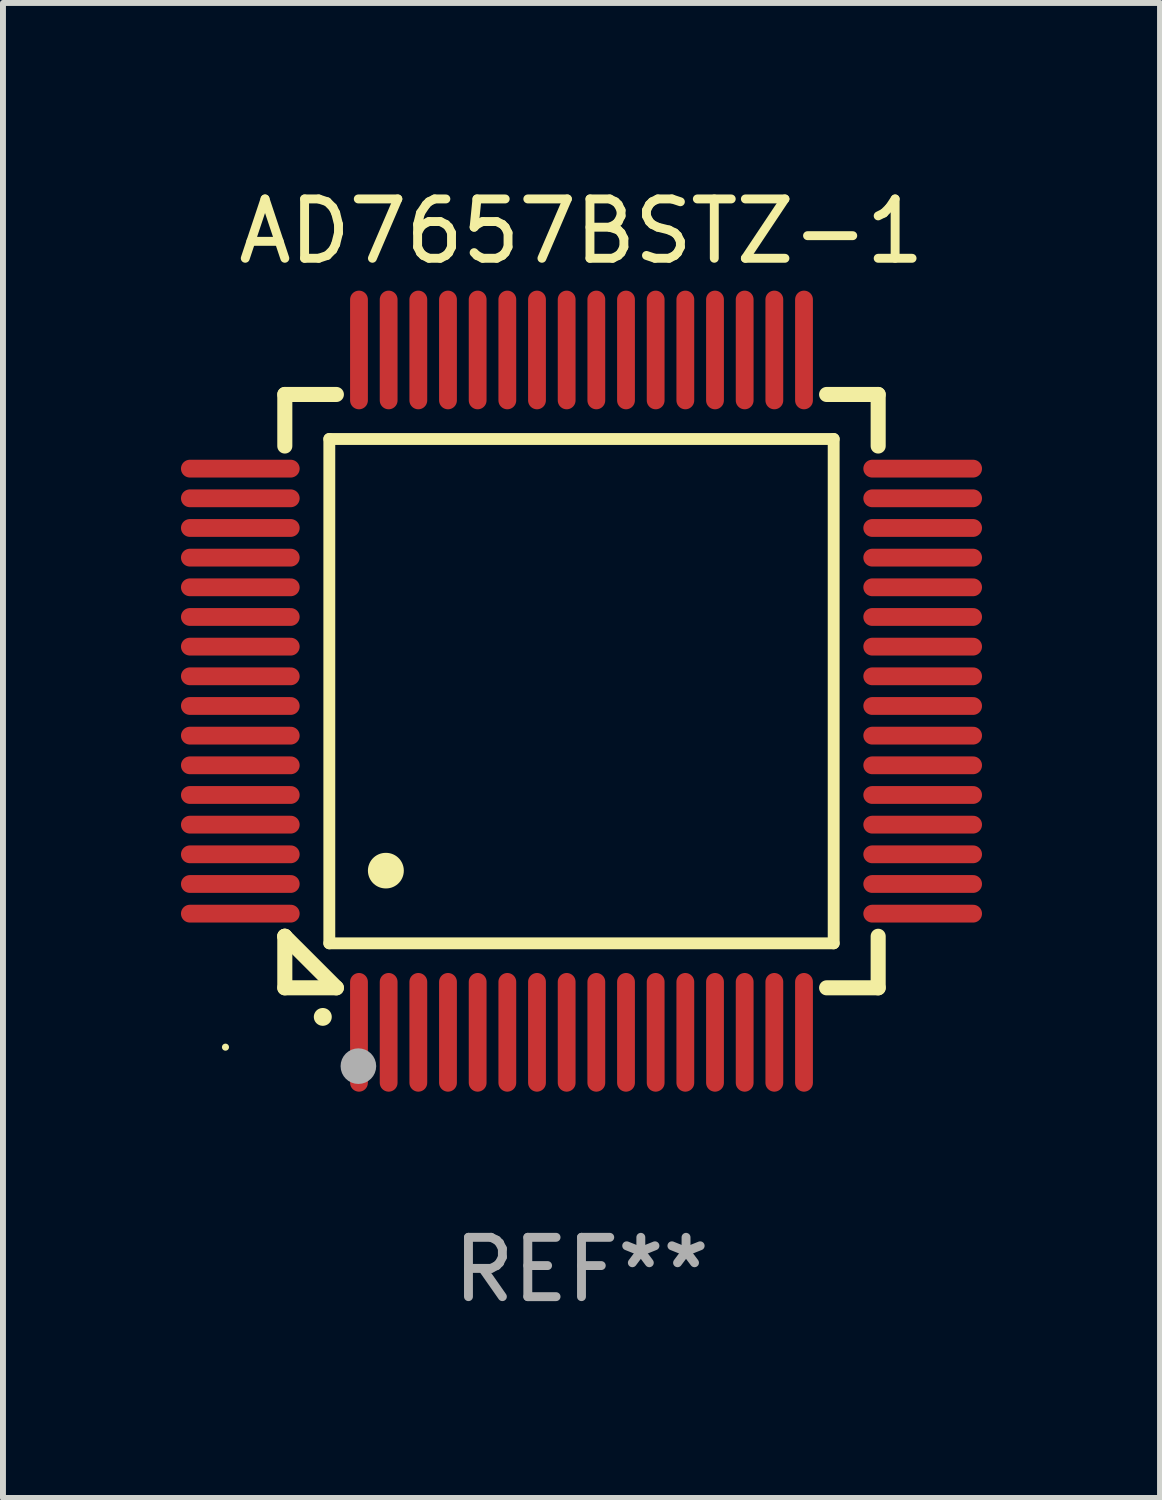
<source format=kicad_pcb>
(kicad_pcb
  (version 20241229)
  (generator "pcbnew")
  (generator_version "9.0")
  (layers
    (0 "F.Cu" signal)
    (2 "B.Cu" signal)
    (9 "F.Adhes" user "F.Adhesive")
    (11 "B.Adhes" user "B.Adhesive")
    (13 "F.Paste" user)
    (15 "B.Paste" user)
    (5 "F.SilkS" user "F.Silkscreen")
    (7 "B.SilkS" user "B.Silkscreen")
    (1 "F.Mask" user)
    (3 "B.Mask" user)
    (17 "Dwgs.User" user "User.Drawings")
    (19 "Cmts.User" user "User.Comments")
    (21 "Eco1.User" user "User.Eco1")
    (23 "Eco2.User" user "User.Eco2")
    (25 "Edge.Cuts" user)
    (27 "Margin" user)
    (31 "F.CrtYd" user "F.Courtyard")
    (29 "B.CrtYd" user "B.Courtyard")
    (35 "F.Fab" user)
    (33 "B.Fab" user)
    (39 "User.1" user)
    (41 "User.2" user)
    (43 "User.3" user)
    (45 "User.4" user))
  (footprint "AD7657BSTZ-1"
    (layer "F.Cu")
    (at 6.75 8.598)
    (property "Reference" "AD7657BSTZ-1" (at 0 -7.75 0) (layer "F.SilkS") (effects (font (size 1 1) (thickness 0.15))))
    (attr through_hole)
    (fp_line (start -5 -5) (end -4.131 -5) (stroke (width 0.254) (type solid)) (layer "F.SilkS"))
    (fp_line (start -5 -4.131) (end -5 -5) (stroke (width 0.254) (type solid)) (layer "F.SilkS"))
    (fp_line (start -5 4.131) (end -5 4.131) (stroke (width 0.254) (type solid)) (layer "F.SilkS"))
    (fp_line (start -5 5) (end -5 4.131) (stroke (width 0.254) (type solid)) (layer "F.SilkS"))
    (fp_line (start -5 4.131) (end -4.131 5) (stroke (width 0.254) (type solid)) (layer "F.SilkS"))
    (fp_line (start -4.25 -4.25) (end -4.25 4.25) (stroke (width 0.2) (type solid)) (layer "F.SilkS"))
    (fp_line (start -4.25 4.25) (end 4.25 4.25) (stroke (width 0.2) (type solid)) (layer "F.SilkS"))
    (fp_line (start -4.131 5) (end -5 5) (stroke (width 0.254) (type solid)) (layer "F.SilkS"))
    (fp_line (start 4.25 -4.25) (end -4.25 -4.25) (stroke (width 0.2) (type solid)) (layer "F.SilkS"))
    (fp_line (start 4.25 4.25) (end 4.25 -4.25) (stroke (width 0.2) (type solid)) (layer "F.SilkS"))
    (fp_line (start 5 -5) (end 4.131 -5) (stroke (width 0.254) (type solid)) (layer "F.SilkS"))
    (fp_line (start 5 -5) (end 5 -4.131) (stroke (width 0.254) (type solid)) (layer "F.SilkS"))
    (fp_line (start 5 4.131) (end 5 5) (stroke (width 0.254) (type solid)) (layer "F.SilkS"))
    (fp_line (start 5 5) (end 4.131 5) (stroke (width 0.254) (type solid)) (layer "F.SilkS"))
    (fp_arc (start -4.361265 5.489992) (mid -4.359995 5.489987) (end -4.358725 5.489992) (stroke (width 0.3) (type solid)) (layer "F.SilkS"))
    (fp_arc (start -3.299467 3.025146) (mid -3.296927 3.025135) (end -3.294387 3.025146) (stroke (width 0.6) (type solid)) (layer "F.SilkS"))
    (fp_circle (center -6 6) (end -5.97 6) (stroke (width 0.06) (type solid)) (fill no) (layer "F.SilkS"))
    (fp_circle (center -3.76 6.32) (end -3.61 6.32) (stroke (width 0.3) (type solid)) (fill no) (layer "F.Fab"))
    (fp_text user "REF**" (at 0 9.75 0) (layer "F.Fab") (effects (font (size 1 1) (thickness 0.15))))
    (pad "1" smd oval (at -3.75 5.75) (size 0.3 2) (layers "F.Cu" "F.Mask" "F.Paste"))
    (pad "2" smd oval (at -3.25 5.75) (size 0.3 2) (layers "F.Cu" "F.Mask" "F.Paste"))
    (pad "3" smd oval (at -2.75 5.75) (size 0.3 2) (layers "F.Cu" "F.Mask" "F.Paste"))
    (pad "4" smd oval (at -2.25 5.75) (size 0.3 2) (layers "F.Cu" "F.Mask" "F.Paste"))
    (pad "5" smd oval (at -1.75 5.75) (size 0.3 2) (layers "F.Cu" "F.Mask" "F.Paste"))
    (pad "6" smd oval (at -1.25 5.75) (size 0.3 2) (layers "F.Cu" "F.Mask" "F.Paste"))
    (pad "7" smd oval (at -0.75 5.75) (size 0.3 2) (layers "F.Cu" "F.Mask" "F.Paste"))
    (pad "8" smd oval (at -0.25 5.75) (size 0.3 2) (layers "F.Cu" "F.Mask" "F.Paste"))
    (pad "9" smd oval (at 0.25 5.75) (size 0.3 2) (layers "F.Cu" "F.Mask" "F.Paste"))
    (pad "10" smd oval (at 0.75 5.75) (size 0.3 2) (layers "F.Cu" "F.Mask" "F.Paste"))
    (pad "11" smd oval (at 1.25 5.75) (size 0.3 2) (layers "F.Cu" "F.Mask" "F.Paste"))
    (pad "12" smd oval (at 1.75 5.75) (size 0.3 2) (layers "F.Cu" "F.Mask" "F.Paste"))
    (pad "13" smd oval (at 2.25 5.75) (size 0.3 2) (layers "F.Cu" "F.Mask" "F.Paste"))
    (pad "14" smd oval (at 2.75 5.75) (size 0.3 2) (layers "F.Cu" "F.Mask" "F.Paste"))
    (pad "15" smd oval (at 3.25 5.75) (size 0.3 2) (layers "F.Cu" "F.Mask" "F.Paste"))
    (pad "16" smd oval (at 3.75 5.75) (size 0.3 2) (layers "F.Cu" "F.Mask" "F.Paste"))
    (pad "17" smd oval (at 5.75 3.75) (size 2 0.3) (layers "F.Cu" "F.Mask" "F.Paste"))
    (pad "18" smd oval (at 5.75 3.25) (size 2 0.3) (layers "F.Cu" "F.Mask" "F.Paste"))
    (pad "19" smd oval (at 5.75 2.75) (size 2 0.3) (layers "F.Cu" "F.Mask" "F.Paste"))
    (pad "20" smd oval (at 5.75 2.25) (size 2 0.3) (layers "F.Cu" "F.Mask" "F.Paste"))
    (pad "21" smd oval (at 5.75 1.75) (size 2 0.3) (layers "F.Cu" "F.Mask" "F.Paste"))
    (pad "22" smd oval (at 5.75 1.25) (size 2 0.3) (layers "F.Cu" "F.Mask" "F.Paste"))
    (pad "23" smd oval (at 5.75 0.75) (size 2 0.3) (layers "F.Cu" "F.Mask" "F.Paste"))
    (pad "24" smd oval (at 5.75 0.25) (size 2 0.3) (layers "F.Cu" "F.Mask" "F.Paste"))
    (pad "25" smd oval (at 5.75 -0.25) (size 2 0.3) (layers "F.Cu" "F.Mask" "F.Paste"))
    (pad "26" smd oval (at 5.75 -0.75) (size 2 0.3) (layers "F.Cu" "F.Mask" "F.Paste"))
    (pad "27" smd oval (at 5.75 -1.25) (size 2 0.3) (layers "F.Cu" "F.Mask" "F.Paste"))
    (pad "28" smd oval (at 5.75 -1.75) (size 2 0.3) (layers "F.Cu" "F.Mask" "F.Paste"))
    (pad "29" smd oval (at 5.75 -2.25) (size 2 0.3) (layers "F.Cu" "F.Mask" "F.Paste"))
    (pad "30" smd oval (at 5.75 -2.75) (size 2 0.3) (layers "F.Cu" "F.Mask" "F.Paste"))
    (pad "31" smd oval (at 5.75 -3.25) (size 2 0.3) (layers "F.Cu" "F.Mask" "F.Paste"))
    (pad "32" smd oval (at 5.75 -3.75) (size 2 0.3) (layers "F.Cu" "F.Mask" "F.Paste"))
    (pad "33" smd oval (at 3.75 -5.75) (size 0.3 2) (layers "F.Cu" "F.Mask" "F.Paste"))
    (pad "34" smd oval (at 3.25 -5.75) (size 0.3 2) (layers "F.Cu" "F.Mask" "F.Paste"))
    (pad "35" smd oval (at 2.75 -5.75) (size 0.3 2) (layers "F.Cu" "F.Mask" "F.Paste"))
    (pad "36" smd oval (at 2.25 -5.75) (size 0.3 2) (layers "F.Cu" "F.Mask" "F.Paste"))
    (pad "37" smd oval (at 1.75 -5.75) (size 0.3 2) (layers "F.Cu" "F.Mask" "F.Paste"))
    (pad "38" smd oval (at 1.25 -5.75) (size 0.3 2) (layers "F.Cu" "F.Mask" "F.Paste"))
    (pad "39" smd oval (at 0.75 -5.75) (size 0.3 2) (layers "F.Cu" "F.Mask" "F.Paste"))
    (pad "40" smd oval (at 0.25 -5.75) (size 0.3 2) (layers "F.Cu" "F.Mask" "F.Paste"))
    (pad "41" smd oval (at -0.25 -5.75) (size 0.3 2) (layers "F.Cu" "F.Mask" "F.Paste"))
    (pad "42" smd oval (at -0.75 -5.75) (size 0.3 2) (layers "F.Cu" "F.Mask" "F.Paste"))
    (pad "43" smd oval (at -1.25 -5.75) (size 0.3 2) (layers "F.Cu" "F.Mask" "F.Paste"))
    (pad "44" smd oval (at -1.75 -5.75) (size 0.3 2) (layers "F.Cu" "F.Mask" "F.Paste"))
    (pad "45" smd oval (at -2.25 -5.75) (size 0.3 2) (layers "F.Cu" "F.Mask" "F.Paste"))
    (pad "46" smd oval (at -2.75 -5.75) (size 0.3 2) (layers "F.Cu" "F.Mask" "F.Paste"))
    (pad "47" smd oval (at -3.25 -5.75) (size 0.3 2) (layers "F.Cu" "F.Mask" "F.Paste"))
    (pad "48" smd oval (at -3.75 -5.75) (size 0.3 2) (layers "F.Cu" "F.Mask" "F.Paste"))
    (pad "49" smd oval (at -5.75 -3.75) (size 2 0.3) (layers "F.Cu" "F.Mask" "F.Paste"))
    (pad "50" smd oval (at -5.75 -3.25) (size 2 0.3) (layers "F.Cu" "F.Mask" "F.Paste"))
    (pad "51" smd oval (at -5.75 -2.75) (size 2 0.3) (layers "F.Cu" "F.Mask" "F.Paste"))
    (pad "52" smd oval (at -5.75 -2.25) (size 2 0.3) (layers "F.Cu" "F.Mask" "F.Paste"))
    (pad "53" smd oval (at -5.75 -1.75) (size 2 0.3) (layers "F.Cu" "F.Mask" "F.Paste"))
    (pad "54" smd oval (at -5.75 -1.25) (size 2 0.3) (layers "F.Cu" "F.Mask" "F.Paste"))
    (pad "55" smd oval (at -5.75 -0.75) (size 2 0.3) (layers "F.Cu" "F.Mask" "F.Paste"))
    (pad "56" smd oval (at -5.75 -0.25) (size 2 0.3) (layers "F.Cu" "F.Mask" "F.Paste"))
    (pad "57" smd oval (at -5.75 0.25) (size 2 0.3) (layers "F.Cu" "F.Mask" "F.Paste"))
    (pad "58" smd oval (at -5.75 0.75) (size 2 0.3) (layers "F.Cu" "F.Mask" "F.Paste"))
    (pad "59" smd oval (at -5.75 1.25) (size 2 0.3) (layers "F.Cu" "F.Mask" "F.Paste"))
    (pad "60" smd oval (at -5.75 1.75) (size 2 0.3) (layers "F.Cu" "F.Mask" "F.Paste"))
    (pad "61" smd oval (at -5.75 2.25) (size 2 0.3) (layers "F.Cu" "F.Mask" "F.Paste"))
    (pad "62" smd oval (at -5.75 2.75) (size 2 0.3) (layers "F.Cu" "F.Mask" "F.Paste"))
    (pad "63" smd oval (at -5.75 3.25) (size 2 0.3) (layers "F.Cu" "F.Mask" "F.Paste"))
    (pad "64" smd oval (at -5.75 3.75) (size 2 0.3) (layers "F.Cu" "F.Mask" "F.Paste")))
  (gr_rect
    (start -3 -3)
    (end 16.5 22.196)
    (stroke (width 0.1) (type default))
    (fill no)
    (layer "Edge.Cuts")))
</source>
